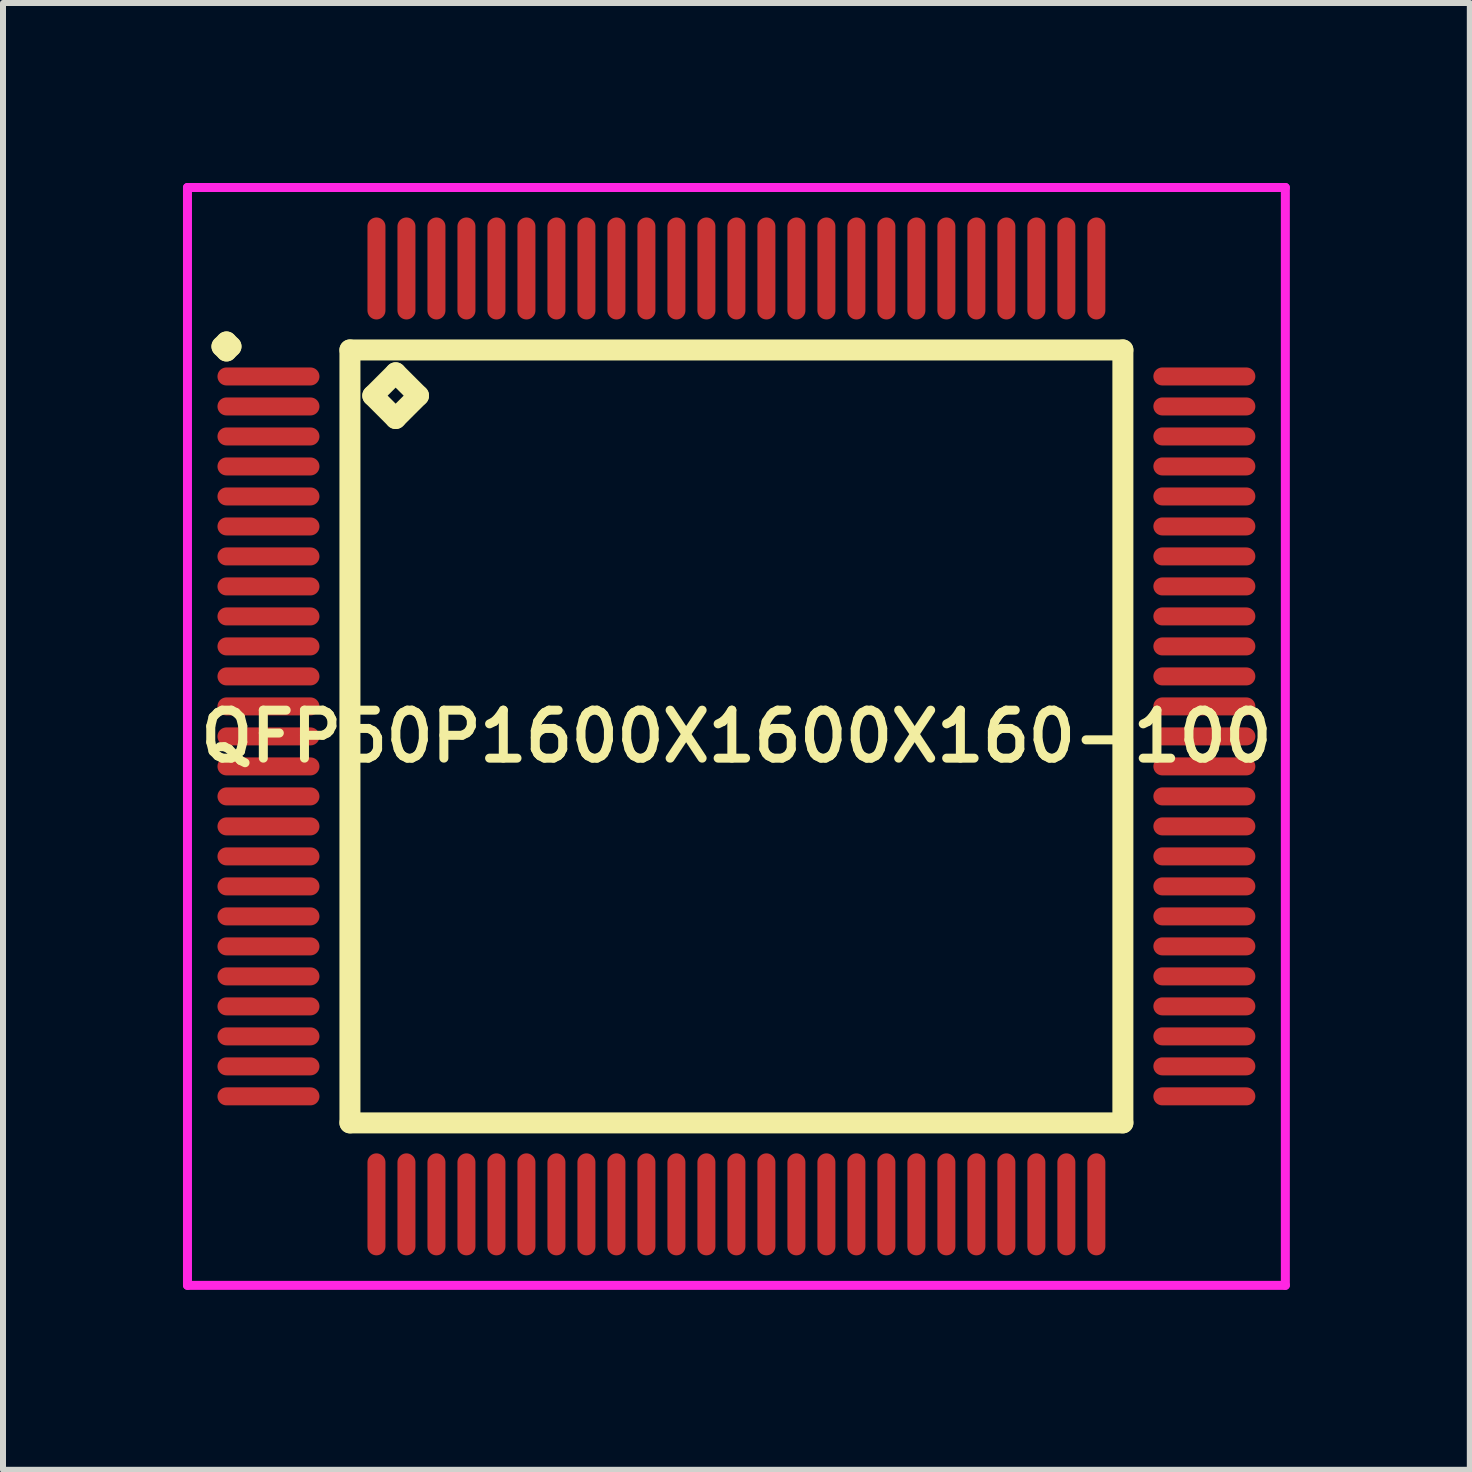
<source format=kicad_pcb>
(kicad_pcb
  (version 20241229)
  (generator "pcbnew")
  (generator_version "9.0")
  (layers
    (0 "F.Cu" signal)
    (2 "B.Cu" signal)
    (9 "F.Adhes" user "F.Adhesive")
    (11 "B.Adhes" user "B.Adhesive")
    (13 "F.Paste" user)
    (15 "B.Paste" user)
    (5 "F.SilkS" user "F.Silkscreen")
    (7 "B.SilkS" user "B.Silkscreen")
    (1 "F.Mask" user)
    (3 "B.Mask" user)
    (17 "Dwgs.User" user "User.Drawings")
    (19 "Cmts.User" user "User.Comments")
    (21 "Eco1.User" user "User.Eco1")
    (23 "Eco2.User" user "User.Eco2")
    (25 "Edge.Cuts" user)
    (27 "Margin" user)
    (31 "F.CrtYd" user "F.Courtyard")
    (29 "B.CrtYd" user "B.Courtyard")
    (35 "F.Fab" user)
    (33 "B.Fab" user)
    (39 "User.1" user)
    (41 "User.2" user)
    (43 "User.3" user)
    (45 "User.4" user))
  (footprint "QFP50P1600X1600X160-100"
    (layer "F.Cu")
    (at 9.225 9.225)
    (property "Reference" "QFP50P1600X1600X160-100" (at 0 0 0) (layer "F.SilkS") (effects (font (size 0.8 0.8) (thickness 0.15))))
    (attr smd)
    (fp_line (start -8.575 -6.5) (end -8.5 -6.575) (stroke (width 0.35) (type solid)) (layer "F.SilkS"))
    (fp_line (start -8.5 -6.575) (end -8.425 -6.5) (stroke (width 0.35) (type solid)) (layer "F.SilkS"))
    (fp_line (start -8.5 -6.425) (end -8.575 -6.5) (stroke (width 0.35) (type solid)) (layer "F.SilkS"))
    (fp_line (start -8.425 -6.5) (end -8.5 -6.425) (stroke (width 0.35) (type solid)) (layer "F.SilkS"))
    (fp_line (start -6.442 -6.442) (end -6.442 6.442) (stroke (width 0.35) (type solid)) (layer "F.SilkS"))
    (fp_line (start -6.442 6.442) (end 6.442 6.442) (stroke (width 0.35) (type solid)) (layer "F.SilkS"))
    (fp_line (start -6.061 -5.68) (end -5.68 -6.061) (stroke (width 0.35) (type solid)) (layer "F.SilkS"))
    (fp_line (start -5.68 -6.061) (end -5.299 -5.68) (stroke (width 0.35) (type solid)) (layer "F.SilkS"))
    (fp_line (start -5.68 -5.299) (end -6.061 -5.68) (stroke (width 0.35) (type solid)) (layer "F.SilkS"))
    (fp_line (start -5.299 -5.68) (end -5.68 -5.299) (stroke (width 0.35) (type solid)) (layer "F.SilkS"))
    (fp_line (start 6.442 -6.442) (end -6.442 -6.442) (stroke (width 0.35) (type solid)) (layer "F.SilkS"))
    (fp_line (start 6.442 6.442) (end 6.442 -6.442) (stroke (width 0.35) (type solid)) (layer "F.SilkS"))
    (fp_line (start -9.15 -9.15) (end 9.15 -9.15) (stroke (width 0.15) (type solid)) (layer "F.CrtYd"))
    (fp_line (start -9.15 9.15) (end -9.15 -9.15) (stroke (width 0.15) (type solid)) (layer "F.CrtYd"))
    (fp_line (start 9.15 -9.15) (end 9.15 9.15) (stroke (width 0.15) (type solid)) (layer "F.CrtYd"))
    (fp_line (start 9.15 9.15) (end -9.15 9.15) (stroke (width 0.15) (type solid)) (layer "F.CrtYd"))
    (pad "1" smd oval (at -7.8 -6) (size 1.7 0.3) (layers "F.Cu" "F.Mask" "F.Paste"))
    (pad "2" smd oval (at -7.8 -5.5) (size 1.7 0.3) (layers "F.Cu" "F.Mask" "F.Paste"))
    (pad "3" smd oval (at -7.8 -5) (size 1.7 0.3) (layers "F.Cu" "F.Mask" "F.Paste"))
    (pad "4" smd oval (at -7.8 -4.5) (size 1.7 0.3) (layers "F.Cu" "F.Mask" "F.Paste"))
    (pad "5" smd oval (at -7.8 -4) (size 1.7 0.3) (layers "F.Cu" "F.Mask" "F.Paste"))
    (pad "6" smd oval (at -7.8 -3.5) (size 1.7 0.3) (layers "F.Cu" "F.Mask" "F.Paste"))
    (pad "7" smd oval (at -7.8 -3) (size 1.7 0.3) (layers "F.Cu" "F.Mask" "F.Paste"))
    (pad "8" smd oval (at -7.8 -2.5) (size 1.7 0.3) (layers "F.Cu" "F.Mask" "F.Paste"))
    (pad "9" smd oval (at -7.8 -2) (size 1.7 0.3) (layers "F.Cu" "F.Mask" "F.Paste"))
    (pad "10" smd oval (at -7.8 -1.5) (size 1.7 0.3) (layers "F.Cu" "F.Mask" "F.Paste"))
    (pad "11" smd oval (at -7.8 -1) (size 1.7 0.3) (layers "F.Cu" "F.Mask" "F.Paste"))
    (pad "12" smd oval (at -7.8 -0.5) (size 1.7 0.3) (layers "F.Cu" "F.Mask" "F.Paste"))
    (pad "13" smd oval (at -7.8 0) (size 1.7 0.3) (layers "F.Cu" "F.Mask" "F.Paste"))
    (pad "14" smd oval (at -7.8 0.5) (size 1.7 0.3) (layers "F.Cu" "F.Mask" "F.Paste"))
    (pad "15" smd oval (at -7.8 1) (size 1.7 0.3) (layers "F.Cu" "F.Mask" "F.Paste"))
    (pad "16" smd oval (at -7.8 1.5) (size 1.7 0.3) (layers "F.Cu" "F.Mask" "F.Paste"))
    (pad "17" smd oval (at -7.8 2) (size 1.7 0.3) (layers "F.Cu" "F.Mask" "F.Paste"))
    (pad "18" smd oval (at -7.8 2.5) (size 1.7 0.3) (layers "F.Cu" "F.Mask" "F.Paste"))
    (pad "19" smd oval (at -7.8 3) (size 1.7 0.3) (layers "F.Cu" "F.Mask" "F.Paste"))
    (pad "20" smd oval (at -7.8 3.5) (size 1.7 0.3) (layers "F.Cu" "F.Mask" "F.Paste"))
    (pad "21" smd oval (at -7.8 4) (size 1.7 0.3) (layers "F.Cu" "F.Mask" "F.Paste"))
    (pad "22" smd oval (at -7.8 4.5) (size 1.7 0.3) (layers "F.Cu" "F.Mask" "F.Paste"))
    (pad "23" smd oval (at -7.8 5) (size 1.7 0.3) (layers "F.Cu" "F.Mask" "F.Paste"))
    (pad "24" smd oval (at -7.8 5.5) (size 1.7 0.3) (layers "F.Cu" "F.Mask" "F.Paste"))
    (pad "25" smd oval (at -7.8 6) (size 1.7 0.3) (layers "F.Cu" "F.Mask" "F.Paste"))
    (pad "26" smd oval (at -6 7.8) (size 0.3 1.7) (layers "F.Cu" "F.Mask" "F.Paste"))
    (pad "27" smd oval (at -5.5 7.8) (size 0.3 1.7) (layers "F.Cu" "F.Mask" "F.Paste"))
    (pad "28" smd oval (at -5 7.8) (size 0.3 1.7) (layers "F.Cu" "F.Mask" "F.Paste"))
    (pad "29" smd oval (at -4.5 7.8) (size 0.3 1.7) (layers "F.Cu" "F.Mask" "F.Paste"))
    (pad "30" smd oval (at -4 7.8) (size 0.3 1.7) (layers "F.Cu" "F.Mask" "F.Paste"))
    (pad "31" smd oval (at -3.5 7.8) (size 0.3 1.7) (layers "F.Cu" "F.Mask" "F.Paste"))
    (pad "32" smd oval (at -3 7.8) (size 0.3 1.7) (layers "F.Cu" "F.Mask" "F.Paste"))
    (pad "33" smd oval (at -2.5 7.8) (size 0.3 1.7) (layers "F.Cu" "F.Mask" "F.Paste"))
    (pad "34" smd oval (at -2 7.8) (size 0.3 1.7) (layers "F.Cu" "F.Mask" "F.Paste"))
    (pad "35" smd oval (at -1.5 7.8) (size 0.3 1.7) (layers "F.Cu" "F.Mask" "F.Paste"))
    (pad "36" smd oval (at -1 7.8) (size 0.3 1.7) (layers "F.Cu" "F.Mask" "F.Paste"))
    (pad "37" smd oval (at -0.5 7.8) (size 0.3 1.7) (layers "F.Cu" "F.Mask" "F.Paste"))
    (pad "38" smd oval (at 0 7.8) (size 0.3 1.7) (layers "F.Cu" "F.Mask" "F.Paste"))
    (pad "39" smd oval (at 0.5 7.8) (size 0.3 1.7) (layers "F.Cu" "F.Mask" "F.Paste"))
    (pad "40" smd oval (at 1 7.8) (size 0.3 1.7) (layers "F.Cu" "F.Mask" "F.Paste"))
    (pad "41" smd oval (at 1.5 7.8) (size 0.3 1.7) (layers "F.Cu" "F.Mask" "F.Paste"))
    (pad "42" smd oval (at 2 7.8) (size 0.3 1.7) (layers "F.Cu" "F.Mask" "F.Paste"))
    (pad "43" smd oval (at 2.5 7.8) (size 0.3 1.7) (layers "F.Cu" "F.Mask" "F.Paste"))
    (pad "44" smd oval (at 3 7.8) (size 0.3 1.7) (layers "F.Cu" "F.Mask" "F.Paste"))
    (pad "45" smd oval (at 3.5 7.8) (size 0.3 1.7) (layers "F.Cu" "F.Mask" "F.Paste"))
    (pad "46" smd oval (at 4 7.8) (size 0.3 1.7) (layers "F.Cu" "F.Mask" "F.Paste"))
    (pad "47" smd oval (at 4.5 7.8) (size 0.3 1.7) (layers "F.Cu" "F.Mask" "F.Paste"))
    (pad "48" smd oval (at 5 7.8) (size 0.3 1.7) (layers "F.Cu" "F.Mask" "F.Paste"))
    (pad "49" smd oval (at 5.5 7.8) (size 0.3 1.7) (layers "F.Cu" "F.Mask" "F.Paste"))
    (pad "50" smd oval (at 6 7.8) (size 0.3 1.7) (layers "F.Cu" "F.Mask" "F.Paste"))
    (pad "51" smd oval (at 7.8 6) (size 1.7 0.3) (layers "F.Cu" "F.Mask" "F.Paste"))
    (pad "52" smd oval (at 7.8 5.5) (size 1.7 0.3) (layers "F.Cu" "F.Mask" "F.Paste"))
    (pad "53" smd oval (at 7.8 5) (size 1.7 0.3) (layers "F.Cu" "F.Mask" "F.Paste"))
    (pad "54" smd oval (at 7.8 4.5) (size 1.7 0.3) (layers "F.Cu" "F.Mask" "F.Paste"))
    (pad "55" smd oval (at 7.8 4) (size 1.7 0.3) (layers "F.Cu" "F.Mask" "F.Paste"))
    (pad "56" smd oval (at 7.8 3.5) (size 1.7 0.3) (layers "F.Cu" "F.Mask" "F.Paste"))
    (pad "57" smd oval (at 7.8 3) (size 1.7 0.3) (layers "F.Cu" "F.Mask" "F.Paste"))
    (pad "58" smd oval (at 7.8 2.5) (size 1.7 0.3) (layers "F.Cu" "F.Mask" "F.Paste"))
    (pad "59" smd oval (at 7.8 2) (size 1.7 0.3) (layers "F.Cu" "F.Mask" "F.Paste"))
    (pad "60" smd oval (at 7.8 1.5) (size 1.7 0.3) (layers "F.Cu" "F.Mask" "F.Paste"))
    (pad "61" smd oval (at 7.8 1) (size 1.7 0.3) (layers "F.Cu" "F.Mask" "F.Paste"))
    (pad "62" smd oval (at 7.8 0.5) (size 1.7 0.3) (layers "F.Cu" "F.Mask" "F.Paste"))
    (pad "63" smd oval (at 7.8 0) (size 1.7 0.3) (layers "F.Cu" "F.Mask" "F.Paste"))
    (pad "64" smd oval (at 7.8 -0.5) (size 1.7 0.3) (layers "F.Cu" "F.Mask" "F.Paste"))
    (pad "65" smd oval (at 7.8 -1) (size 1.7 0.3) (layers "F.Cu" "F.Mask" "F.Paste"))
    (pad "66" smd oval (at 7.8 -1.5) (size 1.7 0.3) (layers "F.Cu" "F.Mask" "F.Paste"))
    (pad "67" smd oval (at 7.8 -2) (size 1.7 0.3) (layers "F.Cu" "F.Mask" "F.Paste"))
    (pad "68" smd oval (at 7.8 -2.5) (size 1.7 0.3) (layers "F.Cu" "F.Mask" "F.Paste"))
    (pad "69" smd oval (at 7.8 -3) (size 1.7 0.3) (layers "F.Cu" "F.Mask" "F.Paste"))
    (pad "70" smd oval (at 7.8 -3.5) (size 1.7 0.3) (layers "F.Cu" "F.Mask" "F.Paste"))
    (pad "71" smd oval (at 7.8 -4) (size 1.7 0.3) (layers "F.Cu" "F.Mask" "F.Paste"))
    (pad "72" smd oval (at 7.8 -4.5) (size 1.7 0.3) (layers "F.Cu" "F.Mask" "F.Paste"))
    (pad "73" smd oval (at 7.8 -5) (size 1.7 0.3) (layers "F.Cu" "F.Mask" "F.Paste"))
    (pad "74" smd oval (at 7.8 -5.5) (size 1.7 0.3) (layers "F.Cu" "F.Mask" "F.Paste"))
    (pad "75" smd oval (at 7.8 -6) (size 1.7 0.3) (layers "F.Cu" "F.Mask" "F.Paste"))
    (pad "76" smd oval (at 6 -7.8) (size 0.3 1.7) (layers "F.Cu" "F.Mask" "F.Paste"))
    (pad "77" smd oval (at 5.5 -7.8) (size 0.3 1.7) (layers "F.Cu" "F.Mask" "F.Paste"))
    (pad "78" smd oval (at 5 -7.8) (size 0.3 1.7) (layers "F.Cu" "F.Mask" "F.Paste"))
    (pad "79" smd oval (at 4.5 -7.8) (size 0.3 1.7) (layers "F.Cu" "F.Mask" "F.Paste"))
    (pad "80" smd oval (at 4 -7.8) (size 0.3 1.7) (layers "F.Cu" "F.Mask" "F.Paste"))
    (pad "81" smd oval (at 3.5 -7.8) (size 0.3 1.7) (layers "F.Cu" "F.Mask" "F.Paste"))
    (pad "82" smd oval (at 3 -7.8) (size 0.3 1.7) (layers "F.Cu" "F.Mask" "F.Paste"))
    (pad "83" smd oval (at 2.5 -7.8) (size 0.3 1.7) (layers "F.Cu" "F.Mask" "F.Paste"))
    (pad "84" smd oval (at 2 -7.8) (size 0.3 1.7) (layers "F.Cu" "F.Mask" "F.Paste"))
    (pad "85" smd oval (at 1.5 -7.8) (size 0.3 1.7) (layers "F.Cu" "F.Mask" "F.Paste"))
    (pad "86" smd oval (at 1 -7.8) (size 0.3 1.7) (layers "F.Cu" "F.Mask" "F.Paste"))
    (pad "87" smd oval (at 0.5 -7.8) (size 0.3 1.7) (layers "F.Cu" "F.Mask" "F.Paste"))
    (pad "88" smd oval (at 0 -7.8) (size 0.3 1.7) (layers "F.Cu" "F.Mask" "F.Paste"))
    (pad "89" smd oval (at -0.5 -7.8) (size 0.3 1.7) (layers "F.Cu" "F.Mask" "F.Paste"))
    (pad "90" smd oval (at -1 -7.8) (size 0.3 1.7) (layers "F.Cu" "F.Mask" "F.Paste"))
    (pad "91" smd oval (at -1.5 -7.8) (size 0.3 1.7) (layers "F.Cu" "F.Mask" "F.Paste"))
    (pad "92" smd oval (at -2 -7.8) (size 0.3 1.7) (layers "F.Cu" "F.Mask" "F.Paste"))
    (pad "93" smd oval (at -2.5 -7.8) (size 0.3 1.7) (layers "F.Cu" "F.Mask" "F.Paste"))
    (pad "94" smd oval (at -3 -7.8) (size 0.3 1.7) (layers "F.Cu" "F.Mask" "F.Paste"))
    (pad "95" smd oval (at -3.5 -7.8) (size 0.3 1.7) (layers "F.Cu" "F.Mask" "F.Paste"))
    (pad "96" smd oval (at -4 -7.8) (size 0.3 1.7) (layers "F.Cu" "F.Mask" "F.Paste"))
    (pad "97" smd oval (at -4.5 -7.8) (size 0.3 1.7) (layers "F.Cu" "F.Mask" "F.Paste"))
    (pad "98" smd oval (at -5 -7.8) (size 0.3 1.7) (layers "F.Cu" "F.Mask" "F.Paste"))
    (pad "99" smd oval (at -5.5 -7.8) (size 0.3 1.7) (layers "F.Cu" "F.Mask" "F.Paste"))
    (pad "100" smd oval (at -6 -7.8) (size 0.3 1.7) (layers "F.Cu" "F.Mask" "F.Paste")))
  (gr_rect
    (start -3 -3)
    (end 21.45 21.45)
    (stroke (width 0.1) (type default))
    (fill no)
    (layer "Edge.Cuts")))
</source>
